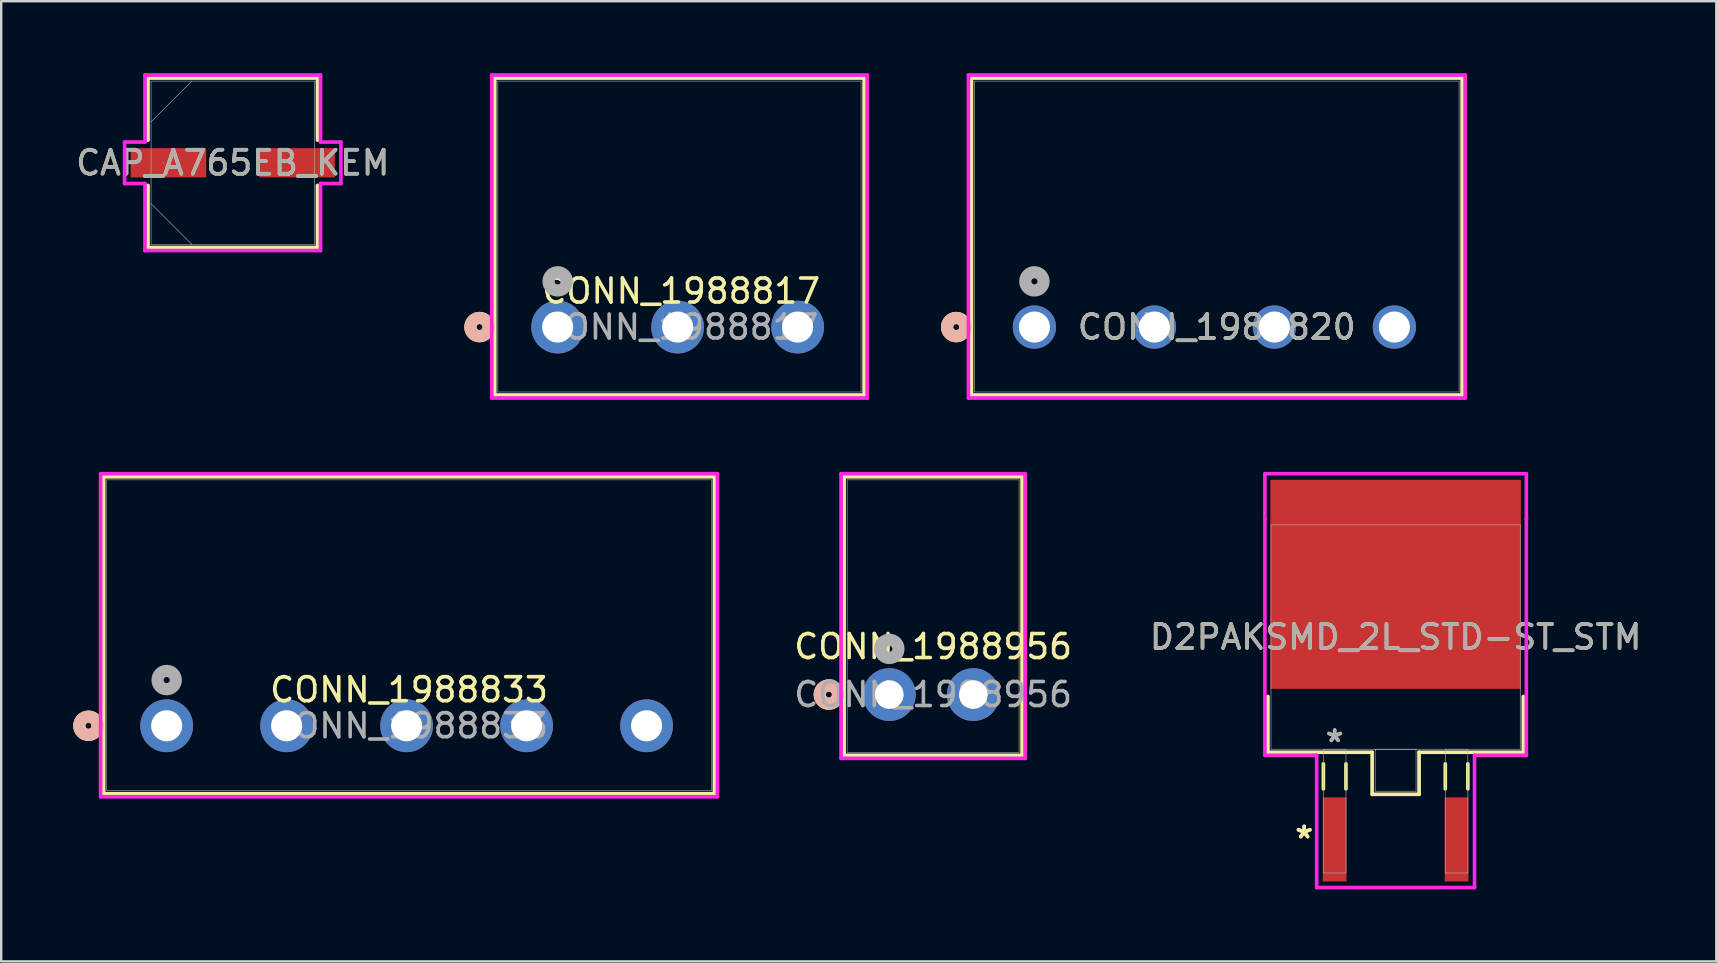
<source format=kicad_pcb>
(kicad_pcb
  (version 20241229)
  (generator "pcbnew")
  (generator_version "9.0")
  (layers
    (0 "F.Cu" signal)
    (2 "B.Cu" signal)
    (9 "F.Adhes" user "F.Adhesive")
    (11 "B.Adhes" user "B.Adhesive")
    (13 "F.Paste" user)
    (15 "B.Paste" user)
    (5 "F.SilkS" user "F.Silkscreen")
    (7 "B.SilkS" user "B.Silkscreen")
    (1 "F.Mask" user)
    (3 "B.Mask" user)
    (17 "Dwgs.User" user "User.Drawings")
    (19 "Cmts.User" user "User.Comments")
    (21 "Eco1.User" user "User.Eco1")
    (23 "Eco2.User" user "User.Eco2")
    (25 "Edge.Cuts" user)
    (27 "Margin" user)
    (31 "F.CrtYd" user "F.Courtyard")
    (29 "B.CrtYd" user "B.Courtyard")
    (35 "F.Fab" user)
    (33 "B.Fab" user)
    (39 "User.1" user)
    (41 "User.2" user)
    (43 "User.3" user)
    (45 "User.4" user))
  (footprint "CONN_1988817"
    (layer "F.Cu")
    (at 30.339 10.58)
    (property "Reference" "CONN_1988817" (at -5 -1.5 0) (unlocked yes) (layer "F.SilkS") (effects (font (size 1 1) (thickness 0.15))))
    (attr through_hole)
    (fp_line (start -12.771 -10.377) (end -12.771 2.831) (stroke (width 0.152) (type solid)) (layer "F.SilkS"))
    (fp_line (start -12.771 2.831) (end 2.621 2.831) (stroke (width 0.152) (type solid)) (layer "F.SilkS"))
    (fp_line (start 2.621 -10.377) (end -12.771 -10.377) (stroke (width 0.152) (type solid)) (layer "F.SilkS"))
    (fp_line (start 2.621 2.831) (end 2.621 -10.377) (stroke (width 0.152) (type solid)) (layer "F.SilkS"))
    (fp_circle (center -13.406 0) (end -13.025 0) (stroke (width 0.508) (type solid)) (fill no) (layer "F.SilkS"))
    (fp_circle (center -13.406 0) (end -13.025 0) (stroke (width 0.508) (type solid)) (fill no) (layer "B.SilkS"))
    (fp_line (start -12.898 -10.504) (end -12.898 2.958) (stroke (width 0.152) (type solid)) (layer "F.CrtYd"))
    (fp_line (start -12.898 2.958) (end 2.748 2.958) (stroke (width 0.152) (type solid)) (layer "F.CrtYd"))
    (fp_line (start 2.748 -10.504) (end -12.898 -10.504) (stroke (width 0.152) (type solid)) (layer "F.CrtYd"))
    (fp_line (start 2.748 2.958) (end 2.748 -10.504) (stroke (width 0.152) (type solid)) (layer "F.CrtYd"))
    (fp_line (start -12.644 -10.25) (end -12.644 2.704) (stroke (width 0.025) (type solid)) (layer "F.Fab"))
    (fp_line (start -12.644 2.704) (end 2.494 2.704) (stroke (width 0.025) (type solid)) (layer "F.Fab"))
    (fp_line (start 2.494 -10.25) (end -12.644 -10.25) (stroke (width 0.025) (type solid)) (layer "F.Fab"))
    (fp_line (start 2.494 2.704) (end 2.494 -10.25) (stroke (width 0.025) (type solid)) (layer "F.Fab"))
    (fp_circle (center -10.15 -1.905) (end -9.769 -1.905) (stroke (width 0.508) (type solid)) (fill no) (layer "F.Fab"))
    (fp_text user "${REFERENCE}" (at -5.075 0 0) (unlocked yes) (layer "F.Fab") (effects (font (size 1 1) (thickness 0.15))))
    (pad "1" thru_hole circle (at -10.15 0) (size 2.2 2.2) (drill 1.295) (layers "*.Cu" "*.Mask"))
    (pad "2" thru_hole circle (at -5.15 0) (size 2.2 2.2) (drill 1.295) (layers "*.Cu" "*.Mask"))
    (pad "3" thru_hole circle (at -0.15 0) (size 2.2 2.2) (drill 1.295) (layers "*.Cu" "*.Mask")))
  (footprint "D2PAKSMD_2L_STD-ST_STM"
    (layer "F.Cu")
    (at 55.109 23.498)
    (property "Reference" "D2PAKSMD_2L_STD-ST_STM" (at 0 0 0) (unlocked yes) (layer "F.SilkS") (effects (font (size 1 1) (thickness 0.15))))
    (attr smd)
    (fp_line (start -5.321 2.476) (end -5.321 4.801) (stroke (width 0.152) (type solid)) (layer "F.SilkS"))
    (fp_line (start -5.321 4.801) (end -0.978 4.801) (stroke (width 0.152) (type solid)) (layer "F.SilkS"))
    (fp_line (start -3.01 5.283) (end -3.01 6.325) (stroke (width 0.152) (type solid)) (layer "F.SilkS"))
    (fp_line (start -2.07 5.283) (end -2.07 6.325) (stroke (width 0.152) (type solid)) (layer "F.SilkS"))
    (fp_line (start -0.978 4.801) (end -0.978 6.553) (stroke (width 0.152) (type solid)) (layer "F.SilkS"))
    (fp_line (start -0.978 6.553) (end 0.978 6.553) (stroke (width 0.152) (type solid)) (layer "F.SilkS"))
    (fp_line (start 0.978 4.801) (end 5.321 4.801) (stroke (width 0.152) (type solid)) (layer "F.SilkS"))
    (fp_line (start 0.978 6.553) (end 0.978 4.801) (stroke (width 0.152) (type solid)) (layer "F.SilkS"))
    (fp_line (start 2.07 5.283) (end 2.07 6.325) (stroke (width 0.152) (type solid)) (layer "F.SilkS"))
    (fp_line (start 3.01 5.283) (end 3.01 6.325) (stroke (width 0.152) (type solid)) (layer "F.SilkS"))
    (fp_line (start 5.321 4.801) (end 5.321 2.476) (stroke (width 0.152) (type solid)) (layer "F.SilkS"))
    (fp_line (start -5.448 -6.807) (end 5.448 -6.807) (stroke (width 0.152) (type solid)) (layer "F.CrtYd"))
    (fp_line (start -5.448 -4.928) (end -5.448 -6.807) (stroke (width 0.152) (type solid)) (layer "F.CrtYd"))
    (fp_line (start -5.448 -4.928) (end -5.448 -4.928) (stroke (width 0.152) (type solid)) (layer "F.CrtYd"))
    (fp_line (start -5.448 4.928) (end -5.448 -4.928) (stroke (width 0.152) (type solid)) (layer "F.CrtYd"))
    (fp_line (start -3.289 4.928) (end -5.448 4.928) (stroke (width 0.152) (type solid)) (layer "F.CrtYd"))
    (fp_line (start -3.289 10.439) (end -3.289 4.928) (stroke (width 0.152) (type solid)) (layer "F.CrtYd"))
    (fp_line (start 3.289 4.928) (end 3.289 10.439) (stroke (width 0.152) (type solid)) (layer "F.CrtYd"))
    (fp_line (start 3.289 10.439) (end -3.289 10.439) (stroke (width 0.152) (type solid)) (layer "F.CrtYd"))
    (fp_line (start 5.448 -6.807) (end 5.448 -4.928) (stroke (width 0.152) (type solid)) (layer "F.CrtYd"))
    (fp_line (start 5.448 -4.928) (end 5.448 -4.928) (stroke (width 0.152) (type solid)) (layer "F.CrtYd"))
    (fp_line (start 5.448 -4.928) (end 5.448 4.928) (stroke (width 0.152) (type solid)) (layer "F.CrtYd"))
    (fp_line (start 5.448 4.928) (end 3.289 4.928) (stroke (width 0.152) (type solid)) (layer "F.CrtYd"))
    (fp_line (start -5.194 -4.674) (end -5.194 4.674) (stroke (width 0.025) (type solid)) (layer "F.Fab"))
    (fp_line (start -5.194 4.674) (end 5.194 4.674) (stroke (width 0.025) (type solid)) (layer "F.Fab"))
    (fp_line (start -3.01 4.674) (end -3.01 9.83) (stroke (width 0.025) (type solid)) (layer "F.Fab"))
    (fp_line (start -3.01 9.83) (end -2.07 9.83) (stroke (width 0.025) (type solid)) (layer "F.Fab"))
    (fp_line (start -2.07 4.674) (end -3.01 4.674) (stroke (width 0.025) (type solid)) (layer "F.Fab"))
    (fp_line (start -2.07 9.83) (end -2.07 4.674) (stroke (width 0.025) (type solid)) (layer "F.Fab"))
    (fp_line (start -0.851 4.674) (end -0.851 6.426) (stroke (width 0.025) (type solid)) (layer "F.Fab"))
    (fp_line (start -0.851 6.426) (end 0.851 6.426) (stroke (width 0.025) (type solid)) (layer "F.Fab"))
    (fp_line (start 0.851 4.674) (end -0.851 4.674) (stroke (width 0.025) (type solid)) (layer "F.Fab"))
    (fp_line (start 0.851 6.426) (end 0.851 4.674) (stroke (width 0.025) (type solid)) (layer "F.Fab"))
    (fp_line (start 2.07 4.674) (end 2.07 9.83) (stroke (width 0.025) (type solid)) (layer "F.Fab"))
    (fp_line (start 2.07 9.83) (end 3.01 9.83) (stroke (width 0.025) (type solid)) (layer "F.Fab"))
    (fp_line (start 3.01 4.674) (end 2.07 4.674) (stroke (width 0.025) (type solid)) (layer "F.Fab"))
    (fp_line (start 3.01 9.83) (end 3.01 4.674) (stroke (width 0.025) (type solid)) (layer "F.Fab"))
    (fp_line (start 5.194 -4.674) (end -5.194 -4.674) (stroke (width 0.025) (type solid)) (layer "F.Fab"))
    (fp_line (start 5.194 4.674) (end 5.194 -4.674) (stroke (width 0.025) (type solid)) (layer "F.Fab"))
    (fp_text user "*" (at -3.81 8.433 0) (unlocked yes) (layer "F.SilkS") (effects (font (size 1 1) (thickness 0.15))))
    (fp_text user "*" (at -3.81 8.433 0) (layer "F.SilkS") (effects (font (size 1 1) (thickness 0.15))))
    (fp_text user "${REFERENCE}" (at 0 0 0) (unlocked yes) (layer "F.Fab") (effects (font (size 1 1) (thickness 0.15))))
    (fp_text user "*" (at -2.54 4.42 0) (unlocked yes) (layer "F.Fab") (effects (font (size 1 1) (thickness 0.15))))
    (fp_text user "*" (at -2.54 4.42 0) (layer "F.Fab") (effects (font (size 1 1) (thickness 0.15))))
    (pad "1" smd rect (at -2.54 8.433) (size 0.991 3.505) (layers "F.Cu" "F.Mask" "F.Paste"))
    (pad "2" smd rect (at 0 -2.197) (size 10.439 8.712) (layers "F.Cu" "F.Mask" "F.Paste"))
    (pad "3" smd rect (at 2.54 8.433) (size 0.991 3.505) (layers "F.Cu" "F.Mask" "F.Paste")))
  (footprint "CAP_A765EB_KEM"
    (layer "F.Cu")
    (at 6.649 3.734)
    (property "Reference" "CAP_A765EB_KEM" (at 0 0 0) (unlocked yes) (layer "F.SilkS") (effects (font (size 1 1) (thickness 0.15))))
    (attr smd)
    (fp_line (start -3.531 -3.531) (end -3.531 -0.942) (stroke (width 0.152) (type solid)) (layer "F.SilkS"))
    (fp_line (start -3.531 0.942) (end -3.531 3.531) (stroke (width 0.152) (type solid)) (layer "F.SilkS"))
    (fp_line (start -3.531 3.531) (end 3.531 3.531) (stroke (width 0.152) (type solid)) (layer "F.SilkS"))
    (fp_line (start 3.531 -3.531) (end -3.531 -3.531) (stroke (width 0.152) (type solid)) (layer "F.SilkS"))
    (fp_line (start 3.531 -0.942) (end 3.531 -3.531) (stroke (width 0.152) (type solid)) (layer "F.SilkS"))
    (fp_line (start 3.531 3.531) (end 3.531 0.942) (stroke (width 0.152) (type solid)) (layer "F.SilkS"))
    (fp_line (start -4.508 -0.864) (end -3.658 -0.864) (stroke (width 0.152) (type solid)) (layer "F.CrtYd"))
    (fp_line (start -4.508 0.864) (end -4.508 -0.864) (stroke (width 0.152) (type solid)) (layer "F.CrtYd"))
    (fp_line (start -3.658 -3.658) (end 3.658 -3.658) (stroke (width 0.152) (type solid)) (layer "F.CrtYd"))
    (fp_line (start -3.658 -0.864) (end -3.658 -3.658) (stroke (width 0.152) (type solid)) (layer "F.CrtYd"))
    (fp_line (start -3.658 0.864) (end -4.508 0.864) (stroke (width 0.152) (type solid)) (layer "F.CrtYd"))
    (fp_line (start -3.658 3.658) (end -3.658 0.864) (stroke (width 0.152) (type solid)) (layer "F.CrtYd"))
    (fp_line (start 3.658 -3.658) (end 3.658 -0.864) (stroke (width 0.152) (type solid)) (layer "F.CrtYd"))
    (fp_line (start 3.658 -0.864) (end 4.508 -0.864) (stroke (width 0.152) (type solid)) (layer "F.CrtYd"))
    (fp_line (start 3.658 0.864) (end 3.658 3.658) (stroke (width 0.152) (type solid)) (layer "F.CrtYd"))
    (fp_line (start 3.658 3.658) (end -3.658 3.658) (stroke (width 0.152) (type solid)) (layer "F.CrtYd"))
    (fp_line (start 4.508 -0.864) (end 4.508 0.864) (stroke (width 0.152) (type solid)) (layer "F.CrtYd"))
    (fp_line (start 4.508 0.864) (end 3.658 0.864) (stroke (width 0.152) (type solid)) (layer "F.CrtYd"))
    (fp_line (start -3.404 -3.404) (end -3.404 3.404) (stroke (width 0.025) (type solid)) (layer "F.Fab"))
    (fp_line (start -3.404 -1.702) (end -1.702 -3.404) (stroke (width 0.025) (type solid)) (layer "F.Fab"))
    (fp_line (start -3.404 1.702) (end -1.702 3.404) (stroke (width 0.025) (type solid)) (layer "F.Fab"))
    (fp_line (start -3.404 3.404) (end 3.404 3.404) (stroke (width 0.025) (type solid)) (layer "F.Fab"))
    (fp_line (start 3.404 -3.404) (end -3.404 -3.404) (stroke (width 0.025) (type solid)) (layer "F.Fab"))
    (fp_line (start 3.404 3.404) (end 3.404 -3.404) (stroke (width 0.025) (type solid)) (layer "F.Fab"))
    (fp_circle (center -2.896 0) (end -2.896 0) (stroke (width 0.025) (type solid)) (fill no) (layer "F.Fab"))
    (fp_text user "${REFERENCE}" (at 0 0 0) (unlocked yes) (layer "F.Fab") (effects (font (size 1 1) (thickness 0.15))))
    (pad "1" smd rect (at -2.68 0) (size 3.15 1.219) (layers "F.Cu" "F.Mask" "F.Paste"))
    (pad "2" smd rect (at 2.68 0) (size 3.15 1.219) (layers "F.Cu" "F.Mask" "F.Paste"))
    (zone (net_name "") (layer "F.Cu") (hatch full 0.508) (connect_pads) (min_thickness 0.254) (filled_areas_thickness no) (keepout (tracks not_allowed) (vias not_allowed) (pads allowed) (copperpour not_allowed) (footprints allowed)) (placement (enabled no)) (fill) (polygon (pts (xy 3.296 0.381) (xy 10.002 0.381) (xy 10.002 3.073) (xy 3.296 3.073))))
    (zone (net_name "") (layer "F.Cu") (hatch full 0.508) (connect_pads) (min_thickness 0.254) (filled_areas_thickness no) (keepout (tracks not_allowed) (vias not_allowed) (pads allowed) (copperpour not_allowed) (footprints allowed)) (placement (enabled no)) (fill) (polygon (pts (xy 3.296 4.394) (xy 10.002 4.394) (xy 10.002 7.087) (xy 3.296 7.087))))
    (zone (net_name "") (layer "F.Cu") (hatch full 0.508) (connect_pads) (min_thickness 0.254) (filled_areas_thickness no) (keepout (tracks not_allowed) (vias not_allowed) (pads allowed) (copperpour not_allowed) (footprints allowed)) (placement (enabled no)) (fill) (polygon (pts (xy 5.595 3.073) (xy 7.703 3.073) (xy 7.703 4.394) (xy 5.595 4.394)))))
  (footprint "CONN_1988833"
    (layer "F.Cu")
    (at 24.095 27.195)
    (property "Reference" "CONN_1988833" (at -10.1 -1.5 0) (unlocked yes) (layer "F.SilkS") (effects (font (size 1 1) (thickness 0.15))))
    (attr through_hole)
    (fp_line (start -22.825 -10.377) (end -22.825 2.831) (stroke (width 0.152) (type solid)) (layer "F.SilkS"))
    (fp_line (start -22.825 2.831) (end 2.625 2.831) (stroke (width 0.152) (type solid)) (layer "F.SilkS"))
    (fp_line (start 2.625 -10.377) (end -22.825 -10.377) (stroke (width 0.152) (type solid)) (layer "F.SilkS"))
    (fp_line (start 2.625 2.831) (end 2.625 -10.377) (stroke (width 0.152) (type solid)) (layer "F.SilkS"))
    (fp_circle (center -23.46 0) (end -23.079 0) (stroke (width 0.508) (type solid)) (fill no) (layer "F.SilkS"))
    (fp_circle (center -23.46 0) (end -23.079 0) (stroke (width 0.508) (type solid)) (fill no) (layer "B.SilkS"))
    (fp_line (start -22.952 -10.504) (end -22.952 2.958) (stroke (width 0.152) (type solid)) (layer "F.CrtYd"))
    (fp_line (start -22.952 2.958) (end 2.752 2.958) (stroke (width 0.152) (type solid)) (layer "F.CrtYd"))
    (fp_line (start 2.752 -10.504) (end -22.952 -10.504) (stroke (width 0.152) (type solid)) (layer "F.CrtYd"))
    (fp_line (start 2.752 2.958) (end 2.752 -10.504) (stroke (width 0.152) (type solid)) (layer "F.CrtYd"))
    (fp_line (start -22.698 -10.25) (end -22.698 2.704) (stroke (width 0.025) (type solid)) (layer "F.Fab"))
    (fp_line (start -22.698 2.704) (end 2.498 2.704) (stroke (width 0.025) (type solid)) (layer "F.Fab"))
    (fp_line (start 2.498 -10.25) (end -22.698 -10.25) (stroke (width 0.025) (type solid)) (layer "F.Fab"))
    (fp_line (start 2.498 2.704) (end 2.498 -10.25) (stroke (width 0.025) (type solid)) (layer "F.Fab"))
    (fp_circle (center -20.2 -1.905) (end -19.819 -1.905) (stroke (width 0.508) (type solid)) (fill no) (layer "F.Fab"))
    (fp_text user "${REFERENCE}" (at -10.1 0 0) (unlocked yes) (layer "F.Fab") (effects (font (size 1 1) (thickness 0.15))))
    (pad "1" thru_hole circle (at -20.2 0) (size 2.2 2.2) (drill 1.295) (layers "*.Cu" "*.Mask"))
    (pad "2" thru_hole circle (at -15.2 0) (size 2.2 2.2) (drill 1.295) (layers "*.Cu" "*.Mask"))
    (pad "3" thru_hole circle (at -10.2 0) (size 2.2 2.2) (drill 1.295) (layers "*.Cu" "*.Mask"))
    (pad "4" thru_hole circle (at -5.2 0) (size 2.2 2.2) (drill 1.295) (layers "*.Cu" "*.Mask"))
    (pad "5" thru_hole circle (at -0.2 0) (size 2.2 2.2) (drill 1.295) (layers "*.Cu" "*.Mask")))
  (footprint "CONN_1988820"
    (layer "F.Cu")
    (at 55.257 10.58)
    (property "Reference" "CONN_1988820" (at -7.6 0 0) (unlocked yes) (layer "F.SilkS") (effects (font (size 1 1) (thickness 0.15))))
    (attr through_hole)
    (fp_line (start -17.823 -10.377) (end -17.823 2.831) (stroke (width 0.152) (type solid)) (layer "F.SilkS"))
    (fp_line (start -17.823 2.831) (end 2.623 2.831) (stroke (width 0.152) (type solid)) (layer "F.SilkS"))
    (fp_line (start 2.623 -10.377) (end -17.823 -10.377) (stroke (width 0.152) (type solid)) (layer "F.SilkS"))
    (fp_line (start 2.623 2.831) (end 2.623 -10.377) (stroke (width 0.152) (type solid)) (layer "F.SilkS"))
    (fp_circle (center -18.459 0) (end -18.078 0) (stroke (width 0.508) (type solid)) (fill no) (layer "F.SilkS"))
    (fp_circle (center -18.459 0) (end -18.078 0) (stroke (width 0.508) (type solid)) (fill no) (layer "B.SilkS"))
    (fp_line (start -17.951 -10.504) (end -17.951 2.958) (stroke (width 0.152) (type solid)) (layer "F.CrtYd"))
    (fp_line (start -17.951 2.958) (end 2.751 2.958) (stroke (width 0.152) (type solid)) (layer "F.CrtYd"))
    (fp_line (start 2.751 -10.504) (end -17.951 -10.504) (stroke (width 0.152) (type solid)) (layer "F.CrtYd"))
    (fp_line (start 2.751 2.958) (end 2.751 -10.504) (stroke (width 0.152) (type solid)) (layer "F.CrtYd"))
    (fp_line (start -17.697 -10.25) (end -17.697 2.704) (stroke (width 0.025) (type solid)) (layer "F.Fab"))
    (fp_line (start -17.697 2.704) (end 2.497 2.704) (stroke (width 0.025) (type solid)) (layer "F.Fab"))
    (fp_line (start 2.497 -10.25) (end -17.697 -10.25) (stroke (width 0.025) (type solid)) (layer "F.Fab"))
    (fp_line (start 2.497 2.704) (end 2.497 -10.25) (stroke (width 0.025) (type solid)) (layer "F.Fab"))
    (fp_circle (center -15.2 -1.905) (end -14.819 -1.905) (stroke (width 0.508) (type solid)) (fill no) (layer "F.Fab"))
    (fp_text user "${REFERENCE}" (at -7.6 0 0) (unlocked yes) (layer "F.Fab") (effects (font (size 1 1) (thickness 0.15))))
    (pad "1" thru_hole circle (at -15.2 0) (size 1.803 1.803) (drill 1.295) (layers "*.Cu" "*.Mask"))
    (pad "2" thru_hole circle (at -10.2 0) (size 1.803 1.803) (drill 1.295) (layers "*.Cu" "*.Mask"))
    (pad "3" thru_hole circle (at -5.2 0) (size 1.803 1.803) (drill 1.295) (layers "*.Cu" "*.Mask"))
    (pad "4" thru_hole circle (at -0.2 0) (size 1.803 1.803) (drill 1.295) (layers "*.Cu" "*.Mask")))
  (footprint "CONN_1988956"
    (layer "F.Cu")
    (at 37.66 25.895)
    (property "Reference" "CONN_1988956" (at -1.825 -2 0) (unlocked yes) (layer "F.SilkS") (effects (font (size 1 1) (thickness 0.15))))
    (attr through_hole)
    (fp_line (start -5.534 -9.077) (end -5.534 2.531) (stroke (width 0.152) (type solid)) (layer "F.SilkS"))
    (fp_line (start -5.534 2.531) (end 1.883 2.531) (stroke (width 0.152) (type solid)) (layer "F.SilkS"))
    (fp_line (start 1.883 -9.077) (end -5.534 -9.077) (stroke (width 0.152) (type solid)) (layer "F.SilkS"))
    (fp_line (start 1.883 2.531) (end 1.883 -9.077) (stroke (width 0.152) (type solid)) (layer "F.SilkS"))
    (fp_circle (center -6.169 0) (end -5.788 0) (stroke (width 0.508) (type solid)) (fill no) (layer "F.SilkS"))
    (fp_circle (center -6.169 0) (end -5.788 0) (stroke (width 0.508) (type solid)) (fill no) (layer "B.SilkS"))
    (fp_line (start -5.661 -9.204) (end -5.661 2.658) (stroke (width 0.152) (type solid)) (layer "F.CrtYd"))
    (fp_line (start -5.661 2.658) (end 2.01 2.658) (stroke (width 0.152) (type solid)) (layer "F.CrtYd"))
    (fp_line (start 2.01 -9.204) (end -5.661 -9.204) (stroke (width 0.152) (type solid)) (layer "F.CrtYd"))
    (fp_line (start 2.01 2.658) (end 2.01 -9.204) (stroke (width 0.152) (type solid)) (layer "F.CrtYd"))
    (fp_line (start -5.407 -8.95) (end -5.407 2.404) (stroke (width 0.025) (type solid)) (layer "F.Fab"))
    (fp_line (start -5.407 2.404) (end 1.756 2.404) (stroke (width 0.025) (type solid)) (layer "F.Fab"))
    (fp_line (start 1.756 -8.95) (end -5.407 -8.95) (stroke (width 0.025) (type solid)) (layer "F.Fab"))
    (fp_line (start 1.756 2.404) (end 1.756 -8.95) (stroke (width 0.025) (type solid)) (layer "F.Fab"))
    (fp_circle (center -3.65 -1.905) (end -3.269 -1.905) (stroke (width 0.508) (type solid)) (fill no) (layer "F.Fab"))
    (fp_text user "${REFERENCE}" (at -1.825 0 0) (unlocked yes) (layer "F.Fab") (effects (font (size 1 1) (thickness 0.15))))
    (pad "1" thru_hole circle (at -3.65 0) (size 2.2 2.2) (drill 1.194) (layers "*.Cu" "*.Mask"))
    (pad "2" thru_hole circle (at -0.15 0) (size 2.2 2.2) (drill 1.194) (layers "*.Cu" "*.Mask")))
  (gr_rect
    (start -3 -3)
    (end 68.472 37.013)
    (stroke (width 0.1) (type default))
    (fill no)
    (layer "Edge.Cuts")))
</source>
